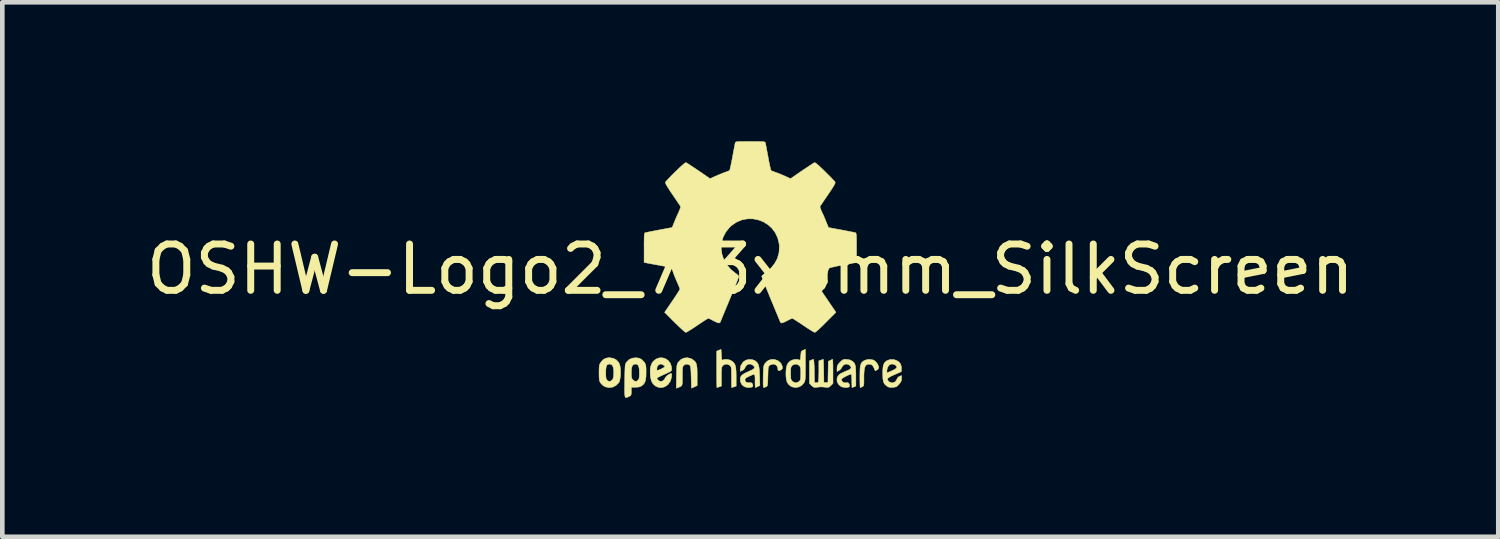
<source format=kicad_pcb>
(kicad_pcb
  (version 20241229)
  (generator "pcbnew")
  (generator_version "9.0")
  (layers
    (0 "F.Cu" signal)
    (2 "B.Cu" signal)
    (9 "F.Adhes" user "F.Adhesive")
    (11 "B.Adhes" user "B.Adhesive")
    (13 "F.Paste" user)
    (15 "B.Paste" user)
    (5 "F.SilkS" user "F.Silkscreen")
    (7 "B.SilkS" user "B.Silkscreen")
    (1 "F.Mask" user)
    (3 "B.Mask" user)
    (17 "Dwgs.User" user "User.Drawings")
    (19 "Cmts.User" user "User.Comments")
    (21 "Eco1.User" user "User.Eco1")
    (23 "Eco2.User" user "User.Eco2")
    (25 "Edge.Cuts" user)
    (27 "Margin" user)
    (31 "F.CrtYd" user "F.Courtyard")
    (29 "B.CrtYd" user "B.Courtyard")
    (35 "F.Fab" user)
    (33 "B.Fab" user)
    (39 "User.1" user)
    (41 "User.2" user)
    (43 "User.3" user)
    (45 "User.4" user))
  (footprint "OSHW-Logo2_7.3x6mm_SilkScreen"
    (layer "F.Cu")
    (at 13.149 2.763)
    (property "Reference" "OSHW-Logo2_7.3x6mm_SilkScreen" (at 0 0 0) (layer "F.SilkS") (effects (font (size 1 1) (thickness 0.15))))
    (attr exclude_from_pos_files exclude_from_bom)
    (fp_poly (pts (xy 2.653 1.959) (xy 2.67 1.966) (xy 2.711 1.999) (xy 2.747 2.047) (xy 2.769 2.097) (xy 2.772 2.122) (xy 2.76 2.157) (xy 2.734 2.175) (xy 2.706 2.187) (xy 2.693 2.189) (xy 2.687 2.174) (xy 2.674 2.141) (xy 2.669 2.127) (xy 2.639 2.076) (xy 2.595 2.05) (xy 2.538 2.051) (xy 2.534 2.052) (xy 2.504 2.067) (xy 2.481 2.094) (xy 2.466 2.139) (xy 2.457 2.205) (xy 2.453 2.294) (xy 2.453 2.341) (xy 2.453 2.416) (xy 2.452 2.467) (xy 2.448 2.499) (xy 2.442 2.518) (xy 2.432 2.529) (xy 2.417 2.537) (xy 2.416 2.538) (xy 2.387 2.55) (xy 2.372 2.555) (xy 2.37 2.541) (xy 2.368 2.503) (xy 2.367 2.446) (xy 2.366 2.374) (xy 2.366 2.322) (xy 2.367 2.22) (xy 2.37 2.143) (xy 2.377 2.086) (xy 2.389 2.045) (xy 2.407 2.014) (xy 2.432 1.99) (xy 2.457 1.973) (xy 2.517 1.951) (xy 2.587 1.946) (xy 2.653 1.959)) (stroke (width 0.01) (type solid)) (fill yes) (layer "F.SilkS"))
    (fp_poly (pts (xy -1.284 1.928) (xy -1.237 1.955) (xy -1.205 1.981) (xy -1.181 2.009) (xy -1.165 2.044) (xy -1.155 2.089) (xy -1.149 2.151) (xy -1.147 2.234) (xy -1.147 2.293) (xy -1.147 2.512) (xy -1.208 2.54) (xy -1.27 2.568) (xy -1.277 2.328) (xy -1.28 2.238) (xy -1.283 2.173) (xy -1.287 2.128) (xy -1.293 2.099) (xy -1.3 2.081) (xy -1.31 2.07) (xy -1.313 2.067) (xy -1.36 2.048) (xy -1.408 2.056) (xy -1.437 2.076) (xy -1.449 2.09) (xy -1.457 2.108) (xy -1.462 2.136) (xy -1.465 2.179) (xy -1.466 2.242) (xy -1.466 2.307) (xy -1.466 2.389) (xy -1.467 2.447) (xy -1.472 2.486) (xy -1.482 2.512) (xy -1.499 2.528) (xy -1.525 2.541) (xy -1.56 2.554) (xy -1.598 2.569) (xy -1.594 2.311) (xy -1.592 2.219) (xy -1.59 2.15) (xy -1.587 2.101) (xy -1.582 2.066) (xy -1.575 2.042) (xy -1.566 2.022) (xy -1.554 2.005) (xy -1.499 1.95) (xy -1.431 1.918) (xy -1.357 1.91) (xy -1.284 1.928)) (stroke (width 0.01) (type solid)) (fill yes) (layer "F.SilkS"))
    (fp_poly (pts (xy 0.53 1.95) (xy 0.596 1.974) (xy 0.649 2.017) (xy 0.67 2.047) (xy 0.693 2.103) (xy 0.692 2.143) (xy 0.669 2.17) (xy 0.66 2.175) (xy 0.622 2.189) (xy 0.602 2.185) (xy 0.595 2.161) (xy 0.595 2.148) (xy 0.583 2.099) (xy 0.551 2.065) (xy 0.508 2.048) (xy 0.459 2.053) (xy 0.419 2.074) (xy 0.405 2.087) (xy 0.396 2.101) (xy 0.389 2.124) (xy 0.385 2.159) (xy 0.383 2.212) (xy 0.381 2.288) (xy 0.38 2.312) (xy 0.378 2.394) (xy 0.376 2.451) (xy 0.372 2.49) (xy 0.367 2.513) (xy 0.359 2.526) (xy 0.347 2.535) (xy 0.339 2.538) (xy 0.307 2.55) (xy 0.288 2.555) (xy 0.282 2.541) (xy 0.278 2.5) (xy 0.277 2.431) (xy 0.278 2.334) (xy 0.278 2.319) (xy 0.28 2.23) (xy 0.283 2.165) (xy 0.286 2.119) (xy 0.292 2.087) (xy 0.3 2.064) (xy 0.311 2.044) (xy 0.317 2.035) (xy 0.35 1.998) (xy 0.388 1.969) (xy 0.392 1.966) (xy 0.459 1.946) (xy 0.53 1.95)) (stroke (width 0.01) (type solid)) (fill yes) (layer "F.SilkS"))
    (fp_poly (pts (xy -0.624 1.851) (xy -0.62 1.911) (xy -0.615 1.946) (xy -0.608 1.961) (xy -0.598 1.961) (xy -0.595 1.959) (xy -0.552 1.946) (xy -0.497 1.947) (xy -0.44 1.96) (xy -0.405 1.978) (xy -0.369 2.006) (xy -0.342 2.038) (xy -0.324 2.078) (xy -0.313 2.132) (xy -0.307 2.204) (xy -0.305 2.299) (xy -0.305 2.317) (xy -0.305 2.523) (xy -0.351 2.539) (xy -0.383 2.549) (xy -0.401 2.554) (xy -0.401 2.555) (xy -0.403 2.541) (xy -0.405 2.503) (xy -0.406 2.446) (xy -0.406 2.375) (xy -0.406 2.332) (xy -0.407 2.247) (xy -0.408 2.186) (xy -0.41 2.144) (xy -0.415 2.117) (xy -0.422 2.098) (xy -0.433 2.085) (xy -0.44 2.078) (xy -0.487 2.051) (xy -0.538 2.049) (xy -0.584 2.072) (xy -0.593 2.08) (xy -0.605 2.095) (xy -0.614 2.114) (xy -0.619 2.14) (xy -0.622 2.18) (xy -0.624 2.238) (xy -0.624 2.318) (xy -0.624 2.523) (xy -0.67 2.539) (xy -0.702 2.549) (xy -0.72 2.554) (xy -0.721 2.555) (xy -0.722 2.541) (xy -0.723 2.501) (xy -0.724 2.441) (xy -0.725 2.362) (xy -0.726 2.269) (xy -0.726 2.167) (xy -0.726 1.769) (xy -0.679 1.749) (xy -0.631 1.73) (xy -0.624 1.851)) (stroke (width 0.01) (type solid)) (fill yes) (layer "F.SilkS"))
    (fp_poly (pts (xy 1.78 1.959) (xy 1.782 1.997) (xy 1.784 2.055) (xy 1.785 2.128) (xy 1.785 2.205) (xy 1.785 2.465) (xy 1.739 2.511) (xy 1.708 2.539) (xy 1.68 2.551) (xy 1.642 2.55) (xy 1.627 2.548) (xy 1.58 2.543) (xy 1.541 2.54) (xy 1.531 2.54) (xy 1.499 2.541) (xy 1.453 2.546) (xy 1.436 2.548) (xy 1.392 2.552) (xy 1.363 2.544) (xy 1.334 2.521) (xy 1.323 2.511) (xy 1.277 2.465) (xy 1.277 1.979) (xy 1.314 1.962) (xy 1.346 1.949) (xy 1.365 1.945) (xy 1.369 1.959) (xy 1.374 1.997) (xy 1.378 2.056) (xy 1.381 2.132) (xy 1.382 2.195) (xy 1.386 2.446) (xy 1.421 2.451) (xy 1.452 2.447) (xy 1.468 2.436) (xy 1.472 2.415) (xy 1.476 2.371) (xy 1.478 2.309) (xy 1.48 2.235) (xy 1.48 2.197) (xy 1.48 1.977) (xy 1.526 1.961) (xy 1.559 1.95) (xy 1.576 1.945) (xy 1.577 1.945) (xy 1.578 1.959) (xy 1.58 1.997) (xy 1.582 2.054) (xy 1.584 2.127) (xy 1.585 2.195) (xy 1.589 2.446) (xy 1.676 2.446) (xy 1.68 2.217) (xy 1.684 1.989) (xy 1.727 1.967) (xy 1.758 1.952) (xy 1.777 1.945) (xy 1.777 1.945) (xy 1.78 1.959)) (stroke (width 0.01) (type solid)) (fill yes) (layer "F.SilkS"))
    (fp_poly (pts (xy -2.959 1.922) (xy -2.891 1.958) (xy -2.841 2.015) (xy -2.823 2.052) (xy -2.809 2.108) (xy -2.802 2.178) (xy -2.801 2.255) (xy -2.807 2.33) (xy -2.818 2.394) (xy -2.834 2.441) (xy -2.839 2.449) (xy -2.9 2.509) (xy -2.971 2.545) (xy -3.049 2.555) (xy -3.127 2.539) (xy -3.149 2.529) (xy -3.192 2.499) (xy -3.229 2.459) (xy -3.233 2.454) (xy -3.247 2.43) (xy -3.257 2.404) (xy -3.262 2.37) (xy -3.265 2.321) (xy -3.266 2.251) (xy -3.266 2.235) (xy -3.266 2.23) (xy -3.121 2.23) (xy -3.12 2.296) (xy -3.116 2.34) (xy -3.109 2.369) (xy -3.098 2.388) (xy -3.092 2.395) (xy -3.057 2.42) (xy -3.023 2.419) (xy -2.989 2.397) (xy -2.969 2.374) (xy -2.957 2.34) (xy -2.95 2.288) (xy -2.949 2.281) (xy -2.948 2.186) (xy -2.96 2.114) (xy -2.985 2.068) (xy -3.023 2.048) (xy -3.037 2.047) (xy -3.073 2.052) (xy -3.097 2.072) (xy -3.112 2.109) (xy -3.119 2.168) (xy -3.121 2.23) (xy -3.266 2.23) (xy -3.265 2.16) (xy -3.263 2.108) (xy -3.258 2.072) (xy -3.249 2.045) (xy -3.236 2.022) (xy -3.233 2.017) (xy -3.184 1.958) (xy -3.13 1.924) (xy -3.064 1.91) (xy -3.042 1.91) (xy -2.959 1.922)) (stroke (width 0.01) (type solid)) (fill yes) (layer "F.SilkS"))
    (fp_poly (pts (xy 3.154 1.967) (xy 3.211 2.004) (xy 3.239 2.038) (xy 3.261 2.099) (xy 3.262 2.147) (xy 3.258 2.212) (xy 3.11 2.277) (xy 3.037 2.31) (xy 2.99 2.337) (xy 2.966 2.36) (xy 2.961 2.383) (xy 2.975 2.407) (xy 2.99 2.424) (xy 3.034 2.45) (xy 3.081 2.452) (xy 3.125 2.432) (xy 3.157 2.391) (xy 3.163 2.376) (xy 3.191 2.331) (xy 3.222 2.312) (xy 3.266 2.296) (xy 3.266 2.358) (xy 3.262 2.4) (xy 3.247 2.436) (xy 3.215 2.477) (xy 3.211 2.482) (xy 3.176 2.519) (xy 3.145 2.538) (xy 3.108 2.547) (xy 3.076 2.55) (xy 3.02 2.551) (xy 2.981 2.542) (xy 2.956 2.528) (xy 2.917 2.497) (xy 2.89 2.465) (xy 2.873 2.423) (xy 2.863 2.368) (xy 2.86 2.291) (xy 2.859 2.253) (xy 2.86 2.206) (xy 2.948 2.206) (xy 2.949 2.231) (xy 2.952 2.235) (xy 2.968 2.23) (xy 3.004 2.215) (xy 3.052 2.194) (xy 3.062 2.19) (xy 3.123 2.159) (xy 3.157 2.132) (xy 3.164 2.106) (xy 3.146 2.08) (xy 3.132 2.069) (xy 3.079 2.046) (xy 3.03 2.05) (xy 2.989 2.078) (xy 2.961 2.127) (xy 2.952 2.166) (xy 2.948 2.206) (xy 2.86 2.206) (xy 2.861 2.162) (xy 2.868 2.095) (xy 2.882 2.047) (xy 2.904 2.011) (xy 2.937 1.983) (xy 2.951 1.973) (xy 3.015 1.95) (xy 3.085 1.948) (xy 3.154 1.967)) (stroke (width 0.01) (type solid)) (fill yes) (layer "F.SilkS"))
    (fp_poly (pts (xy 1.19 2.065) (xy 1.19 2.174) (xy 1.189 2.257) (xy 1.188 2.32) (xy 1.185 2.365) (xy 1.181 2.397) (xy 1.175 2.421) (xy 1.167 2.439) (xy 1.161 2.449) (xy 1.112 2.506) (xy 1.049 2.541) (xy 0.98 2.554) (xy 0.911 2.542) (xy 0.869 2.522) (xy 0.826 2.485) (xy 0.796 2.441) (xy 0.779 2.383) (xy 0.77 2.306) (xy 0.769 2.25) (xy 0.769 2.246) (xy 0.871 2.246) (xy 0.871 2.311) (xy 0.874 2.354) (xy 0.881 2.382) (xy 0.893 2.402) (xy 0.906 2.417) (xy 0.953 2.447) (xy 1.004 2.449) (xy 1.051 2.425) (xy 1.055 2.421) (xy 1.071 2.404) (xy 1.081 2.383) (xy 1.086 2.352) (xy 1.088 2.305) (xy 1.089 2.252) (xy 1.088 2.185) (xy 1.085 2.141) (xy 1.078 2.112) (xy 1.066 2.091) (xy 1.057 2.08) (xy 1.013 2.052) (xy 0.962 2.049) (xy 0.914 2.07) (xy 0.904 2.078) (xy 0.889 2.096) (xy 0.879 2.117) (xy 0.873 2.148) (xy 0.871 2.196) (xy 0.871 2.246) (xy 0.769 2.246) (xy 0.773 2.159) (xy 0.785 2.09) (xy 0.807 2.039) (xy 0.842 1.998) (xy 0.869 1.978) (xy 0.919 1.956) (xy 0.976 1.945) (xy 1.03 1.948) (xy 1.06 1.959) (xy 1.071 1.962) (xy 1.079 1.951) (xy 1.084 1.919) (xy 1.089 1.871) (xy 1.093 1.817) (xy 1.099 1.784) (xy 1.111 1.766) (xy 1.131 1.754) (xy 1.143 1.748) (xy 1.19 1.729) (xy 1.19 2.065)) (stroke (width 0.01) (type solid)) (fill yes) (layer "F.SilkS"))
    (fp_poly (pts (xy -1.832 1.931) (xy -1.774 1.97) (xy -1.73 2.025) (xy -1.704 2.096) (xy -1.698 2.148) (xy -1.699 2.17) (xy -1.704 2.187) (xy -1.718 2.201) (xy -1.745 2.218) (xy -1.79 2.239) (xy -1.857 2.269) (xy -1.858 2.27) (xy -1.92 2.298) (xy -1.97 2.323) (xy -2.005 2.342) (xy -2.017 2.353) (xy -2.017 2.353) (xy -2.006 2.376) (xy -1.98 2.402) (xy -1.949 2.42) (xy -1.934 2.424) (xy -1.891 2.411) (xy -1.855 2.379) (xy -1.837 2.345) (xy -1.82 2.319) (xy -1.787 2.29) (xy -1.748 2.264) (xy -1.713 2.25) (xy -1.706 2.25) (xy -1.698 2.262) (xy -1.697 2.294) (xy -1.703 2.337) (xy -1.715 2.383) (xy -1.73 2.423) (xy -1.731 2.424) (xy -1.777 2.489) (xy -1.837 2.533) (xy -1.906 2.555) (xy -1.976 2.552) (xy -2.044 2.524) (xy -2.047 2.522) (xy -2.101 2.473) (xy -2.136 2.41) (xy -2.155 2.327) (xy -2.158 2.304) (xy -2.162 2.194) (xy -2.157 2.143) (xy -2.017 2.143) (xy -2.016 2.175) (xy -2.006 2.184) (xy -1.981 2.177) (xy -1.942 2.161) (xy -1.899 2.14) (xy -1.898 2.139) (xy -1.861 2.12) (xy -1.846 2.107) (xy -1.85 2.093) (xy -1.865 2.076) (xy -1.904 2.05) (xy -1.946 2.048) (xy -1.984 2.067) (xy -2.01 2.103) (xy -2.017 2.143) (xy -2.157 2.143) (xy -2.153 2.106) (xy -2.128 2.036) (xy -2.095 1.987) (xy -2.033 1.938) (xy -1.966 1.913) (xy -1.897 1.912) (xy -1.832 1.931)) (stroke (width 0.01) (type solid)) (fill yes) (layer "F.SilkS"))
    (fp_poly (pts (xy 0.04 1.951) (xy 0.097 1.972) (xy 0.097 1.972) (xy 0.132 1.998) (xy 0.158 2.029) (xy 0.177 2.068) (xy 0.189 2.121) (xy 0.196 2.194) (xy 0.2 2.289) (xy 0.201 2.303) (xy 0.206 2.509) (xy 0.162 2.532) (xy 0.13 2.547) (xy 0.11 2.554) (xy 0.11 2.555) (xy 0.106 2.541) (xy 0.104 2.505) (xy 0.102 2.451) (xy 0.102 2.408) (xy 0.102 2.339) (xy 0.098 2.295) (xy 0.087 2.274) (xy 0.064 2.273) (xy 0.022 2.289) (xy -0.04 2.318) (xy -0.086 2.342) (xy -0.109 2.363) (xy -0.116 2.386) (xy -0.116 2.387) (xy -0.105 2.426) (xy -0.071 2.447) (xy -0.019 2.451) (xy 0.018 2.45) (xy 0.038 2.461) (xy 0.05 2.487) (xy 0.057 2.519) (xy 0.047 2.538) (xy 0.043 2.541) (xy 0.007 2.551) (xy -0.043 2.553) (xy -0.095 2.546) (xy -0.132 2.533) (xy -0.183 2.49) (xy -0.212 2.429) (xy -0.218 2.382) (xy -0.213 2.34) (xy -0.198 2.305) (xy -0.166 2.275) (xy -0.115 2.244) (xy -0.041 2.209) (xy -0.036 2.207) (xy 0.031 2.176) (xy 0.072 2.151) (xy 0.09 2.128) (xy 0.086 2.105) (xy 0.063 2.078) (xy 0.056 2.072) (xy 0.009 2.048) (xy -0.04 2.049) (xy -0.082 2.072) (xy -0.111 2.116) (xy -0.113 2.124) (xy -0.139 2.165) (xy -0.171 2.185) (xy -0.218 2.205) (xy -0.218 2.154) (xy -0.204 2.08) (xy -0.161 2.012) (xy -0.139 1.99) (xy -0.089 1.961) (xy -0.026 1.947) (xy 0.04 1.951)) (stroke (width 0.01) (type solid)) (fill yes) (layer "F.SilkS"))
    (fp_poly (pts (xy -2.4 1.92) (xy -2.345 1.948) (xy -2.296 1.998) (xy -2.282 2.017) (xy -2.268 2.042) (xy -2.258 2.069) (xy -2.253 2.105) (xy -2.25 2.156) (xy -2.25 2.224) (xy -2.252 2.318) (xy -2.261 2.388) (xy -2.277 2.44) (xy -2.303 2.48) (xy -2.34 2.513) (xy -2.342 2.515) (xy -2.379 2.535) (xy -2.422 2.545) (xy -2.478 2.547) (xy -2.569 2.547) (xy -2.569 2.635) (xy -2.57 2.684) (xy -2.575 2.713) (xy -2.588 2.73) (xy -2.614 2.745) (xy -2.62 2.748) (xy -2.649 2.762) (xy -2.672 2.77) (xy -2.688 2.771) (xy -2.7 2.761) (xy -2.707 2.737) (xy -2.712 2.696) (xy -2.713 2.636) (xy -2.713 2.553) (xy -2.712 2.445) (xy -2.711 2.413) (xy -2.71 2.302) (xy -2.709 2.229) (xy -2.569 2.229) (xy -2.568 2.29) (xy -2.565 2.331) (xy -2.557 2.358) (xy -2.543 2.378) (xy -2.533 2.388) (xy -2.495 2.418) (xy -2.46 2.42) (xy -2.425 2.396) (xy -2.424 2.395) (xy -2.409 2.376) (xy -2.401 2.351) (xy -2.396 2.312) (xy -2.395 2.252) (xy -2.395 2.238) (xy -2.398 2.156) (xy -2.409 2.099) (xy -2.429 2.064) (xy -2.458 2.048) (xy -2.476 2.047) (xy -2.516 2.054) (xy -2.544 2.078) (xy -2.561 2.123) (xy -2.568 2.191) (xy -2.569 2.229) (xy -2.709 2.229) (xy -2.708 2.215) (xy -2.706 2.15) (xy -2.704 2.103) (xy -2.7 2.069) (xy -2.694 2.045) (xy -2.687 2.028) (xy -2.677 2.012) (xy -2.673 2.006) (xy -2.619 1.951) (xy -2.55 1.92) (xy -2.47 1.911) (xy -2.4 1.92)) (stroke (width 0.01) (type solid)) (fill yes) (layer "F.SilkS"))
    (fp_poly (pts (xy 2.145 1.956) (xy 2.187 1.975) (xy 2.219 1.998) (xy 2.244 2.024) (xy 2.26 2.057) (xy 2.271 2.103) (xy 2.276 2.165) (xy 2.279 2.249) (xy 2.279 2.305) (xy 2.279 2.521) (xy 2.242 2.538) (xy 2.213 2.55) (xy 2.198 2.555) (xy 2.195 2.541) (xy 2.193 2.505) (xy 2.192 2.452) (xy 2.192 2.409) (xy 2.19 2.348) (xy 2.187 2.3) (xy 2.182 2.271) (xy 2.178 2.264) (xy 2.153 2.271) (xy 2.112 2.287) (xy 2.066 2.309) (xy 2.021 2.333) (xy 1.986 2.355) (xy 1.97 2.37) (xy 1.97 2.37) (xy 1.971 2.397) (xy 1.984 2.423) (xy 2.006 2.444) (xy 2.038 2.451) (xy 2.065 2.451) (xy 2.104 2.45) (xy 2.124 2.459) (xy 2.136 2.483) (xy 2.138 2.488) (xy 2.143 2.522) (xy 2.129 2.543) (xy 2.092 2.552) (xy 2.052 2.554) (xy 1.981 2.541) (xy 1.943 2.521) (xy 1.898 2.476) (xy 1.873 2.42) (xy 1.871 2.361) (xy 1.892 2.306) (xy 1.923 2.271) (xy 1.953 2.252) (xy 2.002 2.228) (xy 2.058 2.203) (xy 2.068 2.199) (xy 2.13 2.172) (xy 2.166 2.148) (xy 2.177 2.124) (xy 2.167 2.097) (xy 2.148 2.076) (xy 2.104 2.05) (xy 2.056 2.048) (xy 2.012 2.068) (xy 1.981 2.108) (xy 1.977 2.118) (xy 1.952 2.156) (xy 1.917 2.184) (xy 1.872 2.207) (xy 1.872 2.141) (xy 1.875 2.102) (xy 1.886 2.07) (xy 1.911 2.036) (xy 1.935 2.01) (xy 1.972 1.974) (xy 2.001 1.954) (xy 2.033 1.946) (xy 2.068 1.945) (xy 2.145 1.956)) (stroke (width 0.01) (type solid)) (fill yes) (layer "F.SilkS"))
    (fp_poly (pts (xy 0.104 -2.758) (xy 0.182 -2.757) (xy 0.239 -2.756) (xy 0.278 -2.754) (xy 0.303 -2.75) (xy 0.316 -2.744) (xy 0.323 -2.737) (xy 0.326 -2.726) (xy 0.327 -2.725) (xy 0.332 -2.701) (xy 0.341 -2.653) (xy 0.353 -2.587) (xy 0.368 -2.508) (xy 0.385 -2.42) (xy 0.385 -2.417) (xy 0.401 -2.331) (xy 0.417 -2.255) (xy 0.43 -2.194) (xy 0.44 -2.152) (xy 0.446 -2.133) (xy 0.447 -2.133) (xy 0.465 -2.124) (xy 0.502 -2.109) (xy 0.551 -2.091) (xy 0.552 -2.091) (xy 0.613 -2.068) (xy 0.686 -2.038) (xy 0.754 -2.008) (xy 0.757 -2.007) (xy 0.869 -1.956) (xy 1.115 -2.125) (xy 1.191 -2.176) (xy 1.26 -2.222) (xy 1.317 -2.26) (xy 1.359 -2.287) (xy 1.383 -2.301) (xy 1.385 -2.302) (xy 1.402 -2.298) (xy 1.434 -2.275) (xy 1.481 -2.235) (xy 1.546 -2.174) (xy 1.612 -2.11) (xy 1.676 -2.046) (xy 1.733 -1.989) (xy 1.78 -1.94) (xy 1.814 -1.904) (xy 1.83 -1.884) (xy 1.831 -1.883) (xy 1.833 -1.869) (xy 1.826 -1.847) (xy 1.809 -1.814) (xy 1.779 -1.765) (xy 1.737 -1.699) (xy 1.679 -1.614) (xy 1.629 -1.54) (xy 1.583 -1.473) (xy 1.546 -1.417) (xy 1.519 -1.378) (xy 1.506 -1.357) (xy 1.505 -1.356) (xy 1.507 -1.336) (xy 1.519 -1.298) (xy 1.54 -1.248) (xy 1.547 -1.232) (xy 1.58 -1.162) (xy 1.614 -1.082) (xy 1.642 -1.012) (xy 1.663 -0.961) (xy 1.679 -0.922) (xy 1.688 -0.901) (xy 1.689 -0.9) (xy 1.706 -0.897) (xy 1.746 -0.89) (xy 1.804 -0.879) (xy 1.875 -0.866) (xy 1.952 -0.852) (xy 2.032 -0.837) (xy 2.107 -0.822) (xy 2.174 -0.809) (xy 2.227 -0.799) (xy 2.26 -0.792) (xy 2.268 -0.79) (xy 2.276 -0.785) (xy 2.283 -0.774) (xy 2.287 -0.754) (xy 2.29 -0.72) (xy 2.292 -0.67) (xy 2.293 -0.599) (xy 2.293 -0.504) (xy 2.293 -0.465) (xy 2.293 -0.147) (xy 2.217 -0.132) (xy 2.175 -0.124) (xy 2.111 -0.112) (xy 2.035 -0.098) (xy 1.953 -0.083) (xy 1.93 -0.079) (xy 1.855 -0.064) (xy 1.789 -0.049) (xy 1.738 -0.037) (xy 1.709 -0.027) (xy 1.704 -0.024) (xy 1.691 -0.003) (xy 1.674 0.038) (xy 1.655 0.09) (xy 1.651 0.102) (xy 1.625 0.172) (xy 1.594 0.25) (xy 1.563 0.321) (xy 1.563 0.322) (xy 1.511 0.433) (xy 1.68 0.681) (xy 1.849 0.93) (xy 1.632 1.147) (xy 1.567 1.212) (xy 1.507 1.269) (xy 1.456 1.315) (xy 1.418 1.348) (xy 1.396 1.363) (xy 1.392 1.364) (xy 1.374 1.356) (xy 1.335 1.335) (xy 1.281 1.301) (xy 1.216 1.259) (xy 1.146 1.212) (xy 1.075 1.164) (xy 1.011 1.122) (xy 0.959 1.089) (xy 0.923 1.067) (xy 0.907 1.06) (xy 0.887 1.066) (xy 0.85 1.083) (xy 0.803 1.107) (xy 0.798 1.11) (xy 0.734 1.142) (xy 0.69 1.158) (xy 0.663 1.158) (xy 0.649 1.143) (xy 0.649 1.143) (xy 0.642 1.126) (xy 0.625 1.085) (xy 0.6 1.024) (xy 0.567 0.945) (xy 0.529 0.852) (xy 0.486 0.748) (xy 0.444 0.648) (xy 0.399 0.537) (xy 0.357 0.434) (xy 0.32 0.342) (xy 0.289 0.265) (xy 0.266 0.206) (xy 0.251 0.167) (xy 0.247 0.153) (xy 0.258 0.136) (xy 0.287 0.11) (xy 0.326 0.081) (xy 0.437 -0.011) (xy 0.523 -0.116) (xy 0.585 -0.233) (xy 0.62 -0.358) (xy 0.628 -0.49) (xy 0.622 -0.552) (xy 0.591 -0.678) (xy 0.538 -0.79) (xy 0.466 -0.886) (xy 0.378 -0.965) (xy 0.278 -1.026) (xy 0.168 -1.067) (xy 0.053 -1.089) (xy -0.065 -1.088) (xy -0.181 -1.066) (xy -0.294 -1.019) (xy -0.4 -0.948) (xy -0.444 -0.908) (xy -0.528 -0.805) (xy -0.587 -0.692) (xy -0.62 -0.573) (xy -0.629 -0.451) (xy -0.613 -0.329) (xy -0.573 -0.211) (xy -0.51 -0.1) (xy -0.423 0.002) (xy -0.326 0.081) (xy -0.286 0.111) (xy -0.257 0.137) (xy -0.247 0.153) (xy -0.252 0.17) (xy -0.267 0.21) (xy -0.291 0.272) (xy -0.323 0.35) (xy -0.36 0.443) (xy -0.403 0.546) (xy -0.444 0.648) (xy -0.49 0.759) (xy -0.533 0.862) (xy -0.571 0.953) (xy -0.603 1.03) (xy -0.627 1.09) (xy -0.643 1.129) (xy -0.649 1.143) (xy -0.663 1.158) (xy -0.69 1.158) (xy -0.734 1.142) (xy -0.797 1.11) (xy -0.798 1.11) (xy -0.845 1.085) (xy -0.884 1.067) (xy -0.906 1.06) (xy -0.907 1.06) (xy -0.923 1.067) (xy -0.96 1.089) (xy -1.012 1.122) (xy -1.075 1.164) (xy -1.146 1.212) (xy -1.218 1.26) (xy -1.283 1.302) (xy -1.336 1.335) (xy -1.374 1.357) (xy -1.392 1.364) (xy -1.409 1.354) (xy -1.443 1.327) (xy -1.49 1.284) (xy -1.547 1.231) (xy -1.612 1.168) (xy -1.633 1.147) (xy -1.85 0.93) (xy -1.684 0.687) (xy -1.634 0.613) (xy -1.59 0.546) (xy -1.555 0.491) (xy -1.53 0.451) (xy -1.519 0.43) (xy -1.519 0.429) (xy -1.525 0.409) (xy -1.54 0.37) (xy -1.562 0.317) (xy -1.578 0.282) (xy -1.607 0.215) (xy -1.635 0.147) (xy -1.656 0.09) (xy -1.662 0.073) (xy -1.679 0.026) (xy -1.695 -0.01) (xy -1.704 -0.024) (xy -1.723 -0.032) (xy -1.766 -0.044) (xy -1.826 -0.058) (xy -1.898 -0.073) (xy -1.93 -0.079) (xy -2.012 -0.094) (xy -2.091 -0.108) (xy -2.159 -0.121) (xy -2.208 -0.13) (xy -2.217 -0.132) (xy -2.293 -0.147) (xy -2.293 -0.465) (xy -2.293 -0.569) (xy -2.292 -0.648) (xy -2.291 -0.705) (xy -2.288 -0.744) (xy -2.284 -0.769) (xy -2.279 -0.782) (xy -2.271 -0.789) (xy -2.268 -0.79) (xy -2.249 -0.794) (xy -2.207 -0.802) (xy -2.148 -0.814) (xy -2.077 -0.828) (xy -1.999 -0.843) (xy -1.92 -0.858) (xy -1.845 -0.872) (xy -1.779 -0.884) (xy -1.727 -0.894) (xy -1.696 -0.899) (xy -1.689 -0.9) (xy -1.683 -0.912) (xy -1.669 -0.946) (xy -1.65 -0.994) (xy -1.642 -1.012) (xy -1.613 -1.085) (xy -1.578 -1.165) (xy -1.547 -1.232) (xy -1.525 -1.284) (xy -1.51 -1.326) (xy -1.504 -1.352) (xy -1.505 -1.356) (xy -1.516 -1.372) (xy -1.54 -1.409) (xy -1.576 -1.461) (xy -1.62 -1.526) (xy -1.67 -1.6) (xy -1.68 -1.614) (xy -1.738 -1.7) (xy -1.78 -1.766) (xy -1.809 -1.814) (xy -1.826 -1.847) (xy -1.833 -1.869) (xy -1.831 -1.883) (xy -1.831 -1.883) (xy -1.816 -1.901) (xy -1.785 -1.935) (xy -1.739 -1.983) (xy -1.683 -2.04) (xy -1.62 -2.103) (xy -1.612 -2.11) (xy -1.533 -2.187) (xy -1.471 -2.244) (xy -1.427 -2.281) (xy -1.398 -2.3) (xy -1.385 -2.302) (xy -1.367 -2.292) (xy -1.328 -2.267) (xy -1.274 -2.231) (xy -1.207 -2.187) (xy -1.133 -2.137) (xy -1.115 -2.125) (xy -0.869 -1.956) (xy -0.757 -2.007) (xy -0.69 -2.036) (xy -0.617 -2.066) (xy -0.554 -2.09) (xy -0.552 -2.091) (xy -0.503 -2.109) (xy -0.465 -2.124) (xy -0.447 -2.133) (xy -0.447 -2.133) (xy -0.441 -2.149) (xy -0.431 -2.19) (xy -0.418 -2.25) (xy -0.403 -2.325) (xy -0.386 -2.41) (xy -0.385 -2.417) (xy -0.369 -2.505) (xy -0.354 -2.585) (xy -0.341 -2.651) (xy -0.332 -2.7) (xy -0.327 -2.725) (xy -0.327 -2.725) (xy -0.323 -2.736) (xy -0.317 -2.744) (xy -0.305 -2.75) (xy -0.281 -2.753) (xy -0.244 -2.756) (xy -0.19 -2.757) (xy -0.114 -2.758) (xy -0.013 -2.758) (xy 0 -2.758) (xy 0.104 -2.758)) (stroke (width 0.01) (type solid)) (fill yes) (layer "F.SilkS")))
  (gr_rect
    (start -3 -3)
    (end 29.298 8.539)
    (stroke (width 0.1) (type default))
    (fill no)
    (layer "Edge.Cuts")))
</source>
